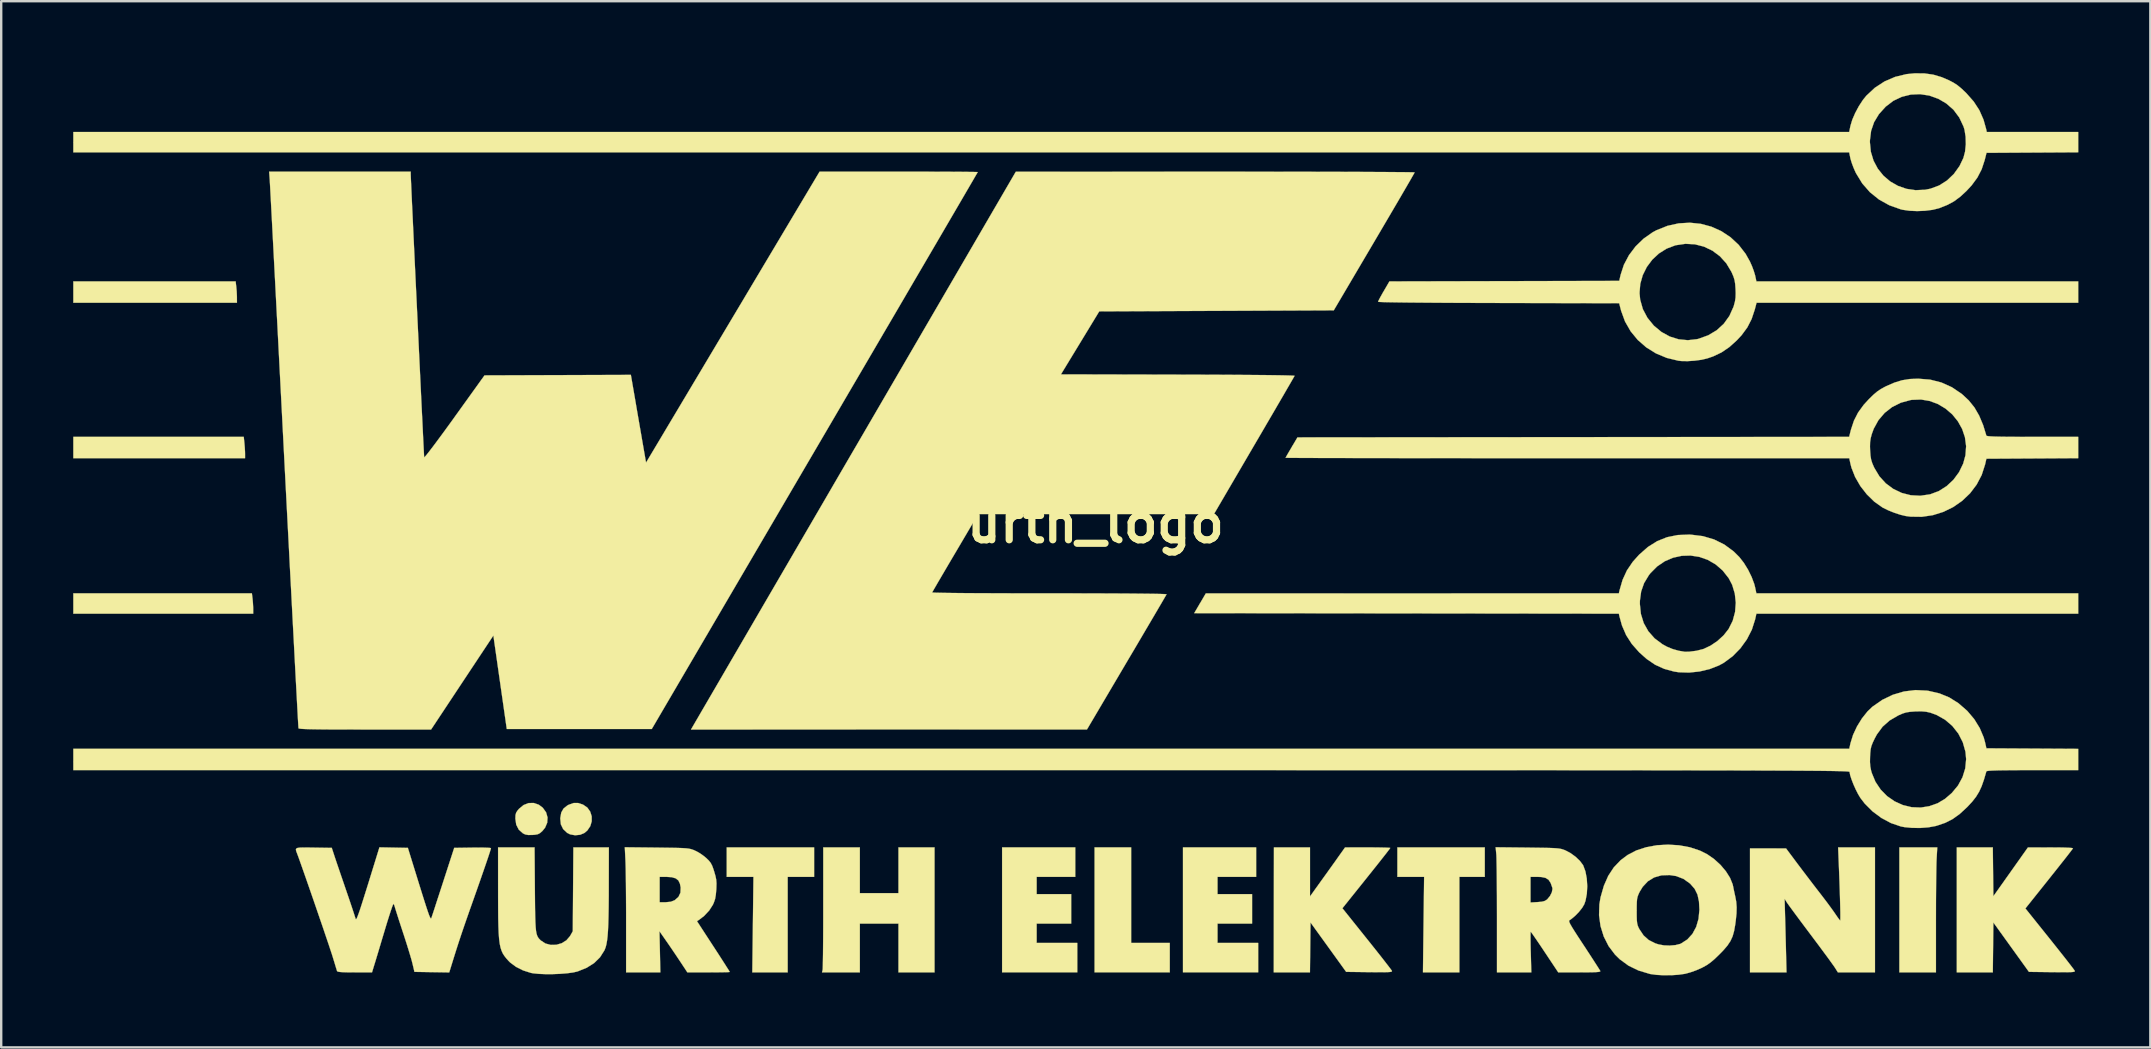
<source format=kicad_pcb>
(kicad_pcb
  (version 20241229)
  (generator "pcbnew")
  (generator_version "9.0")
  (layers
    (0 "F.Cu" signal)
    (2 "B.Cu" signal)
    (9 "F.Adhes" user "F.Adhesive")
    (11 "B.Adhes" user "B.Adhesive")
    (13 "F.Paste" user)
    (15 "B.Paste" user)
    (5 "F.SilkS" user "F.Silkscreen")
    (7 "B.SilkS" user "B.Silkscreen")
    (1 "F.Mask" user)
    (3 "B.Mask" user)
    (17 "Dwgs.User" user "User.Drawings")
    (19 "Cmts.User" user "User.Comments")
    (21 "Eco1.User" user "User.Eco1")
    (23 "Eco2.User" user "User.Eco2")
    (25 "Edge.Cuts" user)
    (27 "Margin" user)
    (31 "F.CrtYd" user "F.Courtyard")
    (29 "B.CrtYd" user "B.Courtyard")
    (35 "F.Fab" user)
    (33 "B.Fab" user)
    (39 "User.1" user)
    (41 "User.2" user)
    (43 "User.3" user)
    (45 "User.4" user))
  (footprint "wurth_logo"
    (layer "F.Cu")
    (at 41.788 18.748)
    (property "Reference" "wurth_logo" (at 0 0 0) (layer "F.SilkS") (effects (font (size 1.524 1.524) (thickness 0.3))))
    (attr through_hole)
    (fp_poly (pts (xy 2.286 17.484) (xy 3.895 17.484) (xy 3.895 18.711) (xy 0.762 18.711) (xy 0.762 13.504) (xy 2.286 13.504) (xy 2.286 17.484)) (stroke (width 0.01) (type solid)) (fill yes) (layer "F.SilkS"))
    (fp_poly (pts (xy -34.995 -9.853) (xy -34.978 -9.668) (xy -34.969 -9.47) (xy -34.968 -9.409) (xy -34.967 -9.186) (xy -41.783 -9.186) (xy -41.783 -10.075) (xy -35.021 -10.075) (xy -34.995 -9.853)) (stroke (width 0.01) (type solid)) (fill yes) (layer "F.SilkS"))
    (fp_poly (pts (xy -34.656 -3.338) (xy -34.641 -3.16) (xy -34.631 -2.984) (xy -34.629 -2.894) (xy -34.629 -2.709) (xy -41.783 -2.709) (xy -41.783 -3.598) (xy -34.683 -3.598) (xy -34.656 -3.338)) (stroke (width 0.01) (type solid)) (fill yes) (layer "F.SilkS"))
    (fp_poly (pts (xy -34.317 3.143) (xy -34.301 3.321) (xy -34.291 3.506) (xy -34.29 3.567) (xy -34.29 3.768) (xy -41.783 3.768) (xy -41.783 2.921) (xy -34.344 2.921) (xy -34.317 3.143)) (stroke (width 0.01) (type solid)) (fill yes) (layer "F.SilkS"))
    (fp_poly (pts (xy -10.922 14.732) (xy -12.023 14.732) (xy -12.023 18.711) (xy -13.497 18.711) (xy -13.473 16.722) (xy -13.449 14.732) (xy -14.563 14.732) (xy -14.563 13.504) (xy -10.922 13.504) (xy -10.922 14.732)) (stroke (width 0.01) (type solid)) (fill yes) (layer "F.SilkS"))
    (fp_poly (pts (xy 17.018 14.732) (xy 15.96 14.732) (xy 15.96 18.711) (xy 14.443 18.711) (xy 14.467 16.722) (xy 14.491 14.732) (xy 13.377 14.732) (xy 13.377 13.504) (xy 17.018 13.504) (xy 17.018 14.732)) (stroke (width 0.01) (type solid)) (fill yes) (layer "F.SilkS"))
    (fp_poly (pts (xy -0.042 14.732) (xy -1.651 14.732) (xy -1.651 15.452) (xy -0.212 15.452) (xy -0.212 16.679) (xy -1.651 16.679) (xy -1.651 17.484) (xy 0.042 17.484) (xy 0.042 18.711) (xy -3.09 18.711) (xy -3.09 13.504) (xy -0.042 13.504) (xy -0.042 14.732)) (stroke (width 0.01) (type solid)) (fill yes) (layer "F.SilkS"))
    (fp_poly (pts (xy 7.493 14.732) (xy 5.884 14.732) (xy 5.884 15.452) (xy 7.324 15.452) (xy 7.324 16.679) (xy 5.884 16.679) (xy 5.884 17.484) (xy 7.578 17.484) (xy 7.578 18.711) (xy 4.445 18.711) (xy 4.445 13.504) (xy 7.493 13.504) (xy 7.493 14.732)) (stroke (width 0.01) (type solid)) (fill yes) (layer "F.SilkS"))
    (fp_poly (pts (xy 35.842 13.981) (xy 35.836 14.119) (xy 35.831 14.332) (xy 35.827 14.608) (xy 35.822 14.937) (xy 35.819 15.308) (xy 35.816 15.712) (xy 35.815 16.136) (xy 35.814 16.571) (xy 35.814 16.584) (xy 35.814 18.711) (xy 34.29 18.711) (xy 34.29 13.504) (xy 35.869 13.504) (xy 35.842 13.981)) (stroke (width 0.01) (type solid)) (fill yes) (layer "F.SilkS"))
    (fp_poly (pts (xy -20.75 11.656) (xy -20.549 11.722) (xy -20.37 11.845) (xy -20.25 12.013) (xy -20.188 12.209) (xy -20.187 12.417) (xy -20.246 12.619) (xy -20.368 12.799) (xy -20.487 12.901) (xy -20.67 12.979) (xy -20.881 12.999) (xy -21.086 12.962) (xy -21.209 12.901) (xy -21.377 12.742) (xy -21.473 12.544) (xy -21.497 12.301) (xy -21.495 12.275) (xy -21.456 12.053) (xy -21.363 11.888) (xy -21.206 11.761) (xy -21.143 11.727) (xy -20.941 11.656) (xy -20.75 11.656)) (stroke (width 0.01) (type solid)) (fill yes) (layer "F.SilkS"))
    (fp_poly (pts (xy -5.905 18.711) (xy -6.657 18.711) (xy -7.408 18.711) (xy -7.408 16.679) (xy -9.017 16.679) (xy -9.017 18.711) (xy -10.593 18.711) (xy -10.568 18.616) (xy -10.563 18.557) (xy -10.559 18.422) (xy -10.555 18.217) (xy -10.551 17.951) (xy -10.548 17.631) (xy -10.545 17.265) (xy -10.543 16.861) (xy -10.542 16.426) (xy -10.542 16.013) (xy -10.541 13.504) (xy -9.017 13.504) (xy -9.017 15.409) (xy -7.408 15.409) (xy -7.408 13.504) (xy -6.657 13.504) (xy -5.905 13.504) (xy -5.905 18.711)) (stroke (width 0.01) (type solid)) (fill yes) (layer "F.SilkS"))
    (fp_poly (pts (xy -22.391 11.727) (xy -22.226 11.852) (xy -22.088 12.044) (xy -22.027 12.257) (xy -22.041 12.476) (xy -22.13 12.685) (xy -22.246 12.826) (xy -22.341 12.909) (xy -22.432 12.956) (xy -22.553 12.978) (xy -22.659 12.986) (xy -22.833 12.988) (xy -22.955 12.966) (xy -23.055 12.918) (xy -23.228 12.763) (xy -23.332 12.558) (xy -23.368 12.306) (xy -23.368 12.304) (xy -23.362 12.156) (xy -23.333 12.053) (xy -23.268 11.956) (xy -23.217 11.898) (xy -23.026 11.74) (xy -22.816 11.658) (xy -22.6 11.654) (xy -22.391 11.727)) (stroke (width 0.01) (type solid)) (fill yes) (layer "F.SilkS"))
    (fp_poly (pts (xy 38.206 15.539) (xy 39.645 13.508) (xy 40.591 13.506) (xy 40.909 13.507) (xy 41.167 13.512) (xy 41.36 13.52) (xy 41.48 13.53) (xy 41.522 13.544) (xy 41.522 13.545) (xy 41.493 13.586) (xy 41.417 13.686) (xy 41.3 13.837) (xy 41.148 14.031) (xy 40.967 14.26) (xy 40.762 14.518) (xy 40.54 14.797) (xy 40.524 14.817) (xy 39.541 16.048) (xy 40.558 17.317) (xy 40.786 17.603) (xy 40.997 17.869) (xy 41.186 18.108) (xy 41.346 18.313) (xy 41.472 18.476) (xy 41.558 18.59) (xy 41.597 18.647) (xy 41.599 18.65) (xy 41.598 18.67) (xy 41.57 18.685) (xy 41.507 18.696) (xy 41.398 18.702) (xy 41.234 18.705) (xy 41.005 18.705) (xy 40.703 18.702) (xy 40.656 18.702) (xy 39.688 18.69) (xy 38.206 16.632) (xy 38.195 17.672) (xy 38.183 18.711) (xy 37.433 18.711) (xy 36.682 18.711) (xy 36.682 13.504) (xy 38.183 13.504) (xy 38.206 15.539)) (stroke (width 0.01) (type solid)) (fill yes) (layer "F.SilkS"))
    (fp_poly (pts (xy 9.737 15.548) (xy 10.204 14.896) (xy 10.375 14.659) (xy 10.55 14.414) (xy 10.715 14.184) (xy 10.856 13.986) (xy 10.934 13.875) (xy 11.197 13.506) (xy 12.139 13.505) (xy 12.411 13.506) (xy 12.653 13.509) (xy 12.851 13.513) (xy 12.995 13.518) (xy 13.071 13.525) (xy 13.081 13.528) (xy 13.055 13.566) (xy 12.983 13.661) (xy 12.868 13.809) (xy 12.718 13.999) (xy 12.538 14.227) (xy 12.334 14.483) (xy 12.112 14.761) (xy 12.084 14.796) (xy 11.087 16.04) (xy 12.107 17.314) (xy 12.335 17.599) (xy 12.547 17.866) (xy 12.736 18.105) (xy 12.896 18.311) (xy 13.023 18.475) (xy 13.109 18.589) (xy 13.149 18.646) (xy 13.151 18.65) (xy 13.15 18.67) (xy 13.122 18.685) (xy 13.059 18.696) (xy 12.95 18.702) (xy 12.785 18.705) (xy 12.557 18.705) (xy 12.255 18.702) (xy 12.209 18.702) (xy 11.243 18.69) (xy 10.501 17.661) (xy 9.758 16.632) (xy 9.735 18.711) (xy 8.227 18.711) (xy 8.23 16.108) (xy 8.234 13.504) (xy 9.737 13.504) (xy 9.737 15.548)) (stroke (width 0.01) (type solid)) (fill yes) (layer "F.SilkS"))
    (fp_poly (pts (xy 33.274 18.711) (xy 32.501 18.711) (xy 31.729 18.711) (xy 31.602 18.51) (xy 31.547 18.429) (xy 31.447 18.29) (xy 31.311 18.102) (xy 31.143 17.875) (xy 30.953 17.618) (xy 30.745 17.34) (xy 30.574 17.112) (xy 30.361 16.828) (xy 30.161 16.56) (xy 29.981 16.318) (xy 29.827 16.109) (xy 29.706 15.944) (xy 29.624 15.829) (xy 29.591 15.78) (xy 29.509 15.645) (xy 29.528 16.342) (xy 29.536 16.626) (xy 29.545 16.962) (xy 29.554 17.32) (xy 29.563 17.667) (xy 29.568 17.875) (xy 29.588 18.711) (xy 28.067 18.711) (xy 28.067 13.547) (xy 28.818 13.547) (xy 29.57 13.548) (xy 30.035 14.171) (xy 30.231 14.431) (xy 30.453 14.723) (xy 30.679 15.02) (xy 30.887 15.29) (xy 30.963 15.388) (xy 31.13 15.605) (xy 31.295 15.823) (xy 31.443 16.024) (xy 31.561 16.189) (xy 31.615 16.267) (xy 31.705 16.399) (xy 31.778 16.499) (xy 31.821 16.549) (xy 31.826 16.552) (xy 31.831 16.511) (xy 31.832 16.394) (xy 31.831 16.208) (xy 31.826 15.961) (xy 31.818 15.663) (xy 31.808 15.32) (xy 31.795 14.94) (xy 31.78 14.532) (xy 31.765 14.15) (xy 31.739 13.504) (xy 33.274 13.504) (xy 33.274 18.711)) (stroke (width 0.01) (type solid)) (fill yes) (layer "F.SilkS"))
    (fp_poly (pts (xy -22.555 15.251) (xy -22.551 15.703) (xy -22.547 16.079) (xy -22.541 16.386) (xy -22.533 16.633) (xy -22.522 16.828) (xy -22.507 16.979) (xy -22.486 17.095) (xy -22.459 17.182) (xy -22.425 17.25) (xy -22.383 17.306) (xy -22.331 17.359) (xy -22.303 17.386) (xy -22.112 17.51) (xy -21.892 17.567) (xy -21.661 17.562) (xy -21.438 17.497) (xy -21.242 17.376) (xy -21.092 17.201) (xy -21.082 17.184) (xy -20.976 16.997) (xy -20.951 13.504) (xy -19.473 13.504) (xy -19.476 14.975) (xy -19.477 15.518) (xy -19.481 15.983) (xy -19.488 16.378) (xy -19.497 16.709) (xy -19.51 16.984) (xy -19.527 17.21) (xy -19.549 17.393) (xy -19.575 17.542) (xy -19.606 17.662) (xy -19.644 17.762) (xy -19.658 17.794) (xy -19.842 18.084) (xy -20.088 18.325) (xy -20.399 18.521) (xy -20.78 18.674) (xy -20.965 18.716) (xy -21.212 18.749) (xy -21.499 18.772) (xy -21.806 18.784) (xy -22.11 18.785) (xy -22.389 18.774) (xy -22.622 18.751) (xy -22.72 18.733) (xy -23.045 18.63) (xy -23.341 18.481) (xy -23.586 18.299) (xy -23.652 18.233) (xy -23.745 18.129) (xy -23.823 18.03) (xy -23.889 17.927) (xy -23.942 17.813) (xy -23.985 17.68) (xy -24.019 17.52) (xy -24.044 17.325) (xy -24.062 17.088) (xy -24.074 16.801) (xy -24.082 16.455) (xy -24.085 16.043) (xy -24.087 15.558) (xy -24.087 15.356) (xy -24.088 13.504) (xy -22.568 13.504) (xy -22.555 15.251)) (stroke (width 0.01) (type solid)) (fill yes) (layer "F.SilkS"))
    (fp_poly (pts (xy -17.48 13.513) (xy -17.108 13.518) (xy -16.811 13.522) (xy -16.577 13.527) (xy -16.397 13.534) (xy -16.259 13.543) (xy -16.155 13.555) (xy -16.072 13.571) (xy -16.001 13.592) (xy -15.931 13.618) (xy -15.902 13.63) (xy -15.732 13.717) (xy -15.55 13.839) (xy -15.425 13.94) (xy -15.309 14.052) (xy -15.229 14.153) (xy -15.168 14.269) (xy -15.11 14.43) (xy -15.086 14.507) (xy -15.031 14.697) (xy -15 14.85) (xy -14.989 15.003) (xy -14.994 15.192) (xy -14.997 15.26) (xy -15.017 15.483) (xy -15.047 15.653) (xy -15.097 15.801) (xy -15.138 15.893) (xy -15.292 16.133) (xy -15.501 16.357) (xy -15.701 16.512) (xy -15.802 16.578) (xy -15.119 17.627) (xy -14.946 17.892) (xy -14.79 18.134) (xy -14.655 18.344) (xy -14.548 18.512) (xy -14.473 18.63) (xy -14.438 18.689) (xy -14.436 18.694) (xy -14.476 18.699) (xy -14.588 18.704) (xy -14.761 18.707) (xy -14.981 18.71) (xy -15.235 18.711) (xy -15.319 18.711) (xy -16.202 18.711) (xy -16.512 18.242) (xy -16.661 18.019) (xy -16.826 17.775) (xy -16.984 17.543) (xy -17.094 17.385) (xy -17.365 16.997) (xy -17.346 17.854) (xy -17.328 18.711) (xy -18.754 18.711) (xy -18.754 16.648) (xy -18.754 16.215) (xy -18.756 15.79) (xy -18.759 15.384) (xy -18.762 15.008) (xy -18.766 14.732) (xy -17.357 14.732) (xy -17.357 15.79) (xy -17.113 15.79) (xy -16.892 15.769) (xy -16.734 15.707) (xy -16.575 15.569) (xy -16.491 15.392) (xy -16.481 15.176) (xy -16.512 15.018) (xy -16.576 14.883) (xy -16.687 14.795) (xy -16.855 14.746) (xy -17.079 14.732) (xy -17.357 14.732) (xy -18.766 14.732) (xy -18.767 14.673) (xy -18.771 14.39) (xy -18.777 14.171) (xy -18.782 14.041) (xy -18.809 13.499) (xy -17.48 13.513)) (stroke (width 0.01) (type solid)) (fill yes) (layer "F.SilkS"))
    (fp_poly (pts (xy 18.8 13.513) (xy 19.172 13.518) (xy 19.469 13.522) (xy 19.703 13.527) (xy 19.883 13.534) (xy 20.021 13.543) (xy 20.126 13.555) (xy 20.208 13.571) (xy 20.279 13.592) (xy 20.349 13.618) (xy 20.376 13.629) (xy 20.589 13.741) (xy 20.798 13.893) (xy 20.979 14.065) (xy 21.108 14.236) (xy 21.122 14.263) (xy 21.212 14.507) (xy 21.267 14.802) (xy 21.287 15.121) (xy 21.27 15.436) (xy 21.216 15.722) (xy 21.165 15.871) (xy 21.077 16.021) (xy 20.942 16.191) (xy 20.783 16.355) (xy 20.626 16.487) (xy 20.555 16.533) (xy 20.536 16.551) (xy 20.532 16.582) (xy 20.547 16.634) (xy 20.586 16.714) (xy 20.654 16.831) (xy 20.754 16.991) (xy 20.89 17.203) (xy 21.068 17.475) (xy 21.145 17.591) (xy 21.317 17.854) (xy 21.474 18.095) (xy 21.61 18.305) (xy 21.719 18.475) (xy 21.795 18.594) (xy 21.831 18.654) (xy 21.833 18.658) (xy 21.822 18.677) (xy 21.768 18.691) (xy 21.663 18.7) (xy 21.497 18.707) (xy 21.264 18.71) (xy 20.966 18.711) (xy 20.079 18.711) (xy 19.516 17.865) (xy 19.358 17.628) (xy 19.215 17.418) (xy 19.095 17.242) (xy 19.003 17.111) (xy 18.946 17.034) (xy 18.931 17.018) (xy 18.926 17.058) (xy 18.924 17.17) (xy 18.924 17.342) (xy 18.927 17.56) (xy 18.932 17.812) (xy 18.934 17.865) (xy 18.957 18.711) (xy 17.526 18.711) (xy 17.526 16.394) (xy 17.525 15.948) (xy 17.524 15.52) (xy 17.521 15.119) (xy 17.518 14.753) (xy 17.518 14.732) (xy 18.923 14.732) (xy 18.923 15.8) (xy 19.217 15.783) (xy 19.39 15.768) (xy 19.505 15.74) (xy 19.591 15.691) (xy 19.625 15.662) (xy 19.735 15.529) (xy 19.811 15.378) (xy 19.839 15.237) (xy 19.832 15.184) (xy 19.762 14.985) (xy 19.673 14.852) (xy 19.548 14.774) (xy 19.371 14.738) (xy 19.2 14.732) (xy 18.923 14.732) (xy 17.518 14.732) (xy 17.515 14.432) (xy 17.51 14.164) (xy 17.506 13.958) (xy 17.501 13.824) (xy 17.498 13.787) (xy 17.471 13.499) (xy 18.8 13.513)) (stroke (width 0.01) (type solid)) (fill yes) (layer "F.SilkS"))
    (fp_poly (pts (xy 25.606 0.476) (xy 26.106 0.538) (xy 26.572 0.676) (xy 27 0.889) (xy 27.388 1.176) (xy 27.623 1.409) (xy 27.81 1.649) (xy 27.986 1.934) (xy 28.135 2.238) (xy 28.244 2.529) (xy 28.277 2.656) (xy 28.333 2.921) (xy 41.741 2.921) (xy 41.741 3.768) (xy 28.334 3.768) (xy 28.28 4.011) (xy 28.145 4.434) (xy 27.937 4.839) (xy 27.666 5.213) (xy 27.344 5.541) (xy 26.981 5.81) (xy 26.777 5.923) (xy 26.39 6.075) (xy 25.965 6.176) (xy 25.528 6.222) (xy 25.105 6.209) (xy 24.906 6.179) (xy 24.491 6.066) (xy 24.115 5.895) (xy 23.763 5.656) (xy 23.451 5.377) (xy 23.142 5.027) (xy 22.907 4.661) (xy 22.734 4.261) (xy 22.63 3.884) (xy 22.604 3.768) (xy 13.759 3.757) (xy 4.913 3.747) (xy 5.137 3.365) (xy 23.479 3.365) (xy 23.522 3.78) (xy 23.64 4.16) (xy 23.832 4.501) (xy 24.093 4.796) (xy 24.42 5.041) (xy 24.618 5.149) (xy 24.852 5.244) (xy 25.1 5.313) (xy 25.334 5.352) (xy 25.524 5.353) (xy 25.527 5.353) (xy 25.633 5.339) (xy 25.777 5.321) (xy 25.845 5.312) (xy 26.132 5.238) (xy 26.429 5.097) (xy 26.714 4.903) (xy 26.97 4.668) (xy 27.177 4.405) (xy 27.178 4.402) (xy 27.347 4.064) (xy 27.446 3.695) (xy 27.475 3.311) (xy 27.434 2.929) (xy 27.324 2.565) (xy 27.181 2.291) (xy 26.929 1.97) (xy 26.635 1.715) (xy 26.307 1.525) (xy 25.956 1.402) (xy 25.591 1.346) (xy 25.224 1.357) (xy 24.863 1.436) (xy 24.519 1.583) (xy 24.201 1.798) (xy 23.919 2.081) (xy 23.852 2.168) (xy 23.655 2.494) (xy 23.533 2.842) (xy 23.481 3.226) (xy 23.479 3.365) (xy 5.137 3.365) (xy 5.155 3.335) (xy 5.397 2.923) (xy 14.001 2.922) (xy 22.604 2.921) (xy 22.63 2.805) (xy 22.759 2.359) (xy 22.94 1.965) (xy 23.186 1.603) (xy 23.451 1.308) (xy 23.817 0.987) (xy 24.201 0.746) (xy 24.611 0.582) (xy 25.055 0.492) (xy 25.541 0.473) (xy 25.606 0.476)) (stroke (width 0.01) (type solid)) (fill yes) (layer "F.SilkS"))
    (fp_poly (pts (xy 35.335 -18.74) (xy 35.702 -18.688) (xy 36.056 -18.583) (xy 36.355 -18.454) (xy 36.542 -18.356) (xy 36.702 -18.253) (xy 36.861 -18.124) (xy 37.043 -17.953) (xy 37.083 -17.913) (xy 37.389 -17.566) (xy 37.623 -17.206) (xy 37.796 -16.812) (xy 37.907 -16.415) (xy 37.932 -16.298) (xy 41.741 -16.298) (xy 41.741 -15.453) (xy 39.831 -15.442) (xy 37.921 -15.431) (xy 37.843 -15.122) (xy 37.718 -14.743) (xy 37.54 -14.4) (xy 37.299 -14.073) (xy 37.085 -13.842) (xy 36.822 -13.599) (xy 36.568 -13.412) (xy 36.294 -13.263) (xy 35.971 -13.134) (xy 35.941 -13.123) (xy 35.68 -13.058) (xy 35.368 -13.018) (xy 35.034 -13.004) (xy 34.708 -13.018) (xy 34.419 -13.06) (xy 34.346 -13.078) (xy 33.869 -13.248) (xy 33.44 -13.487) (xy 33.065 -13.789) (xy 32.746 -14.153) (xy 32.487 -14.576) (xy 32.463 -14.623) (xy 32.38 -14.813) (xy 32.306 -15.011) (xy 32.255 -15.179) (xy 32.249 -15.206) (xy 32.199 -15.452) (xy -41.783 -15.452) (xy -41.783 -15.875) (xy 33.062 -15.875) (xy 33.102 -15.475) (xy 33.214 -15.105) (xy 33.391 -14.772) (xy 33.625 -14.481) (xy 33.907 -14.24) (xy 34.23 -14.055) (xy 34.586 -13.931) (xy 34.966 -13.875) (xy 35.362 -13.893) (xy 35.58 -13.936) (xy 35.944 -14.07) (xy 36.273 -14.278) (xy 36.56 -14.551) (xy 36.797 -14.882) (xy 36.958 -15.219) (xy 37.027 -15.481) (xy 37.058 -15.786) (xy 37.05 -16.101) (xy 37.004 -16.392) (xy 36.965 -16.521) (xy 36.786 -16.902) (xy 36.546 -17.224) (xy 36.243 -17.489) (xy 35.92 -17.679) (xy 35.541 -17.816) (xy 35.153 -17.875) (xy 34.766 -17.858) (xy 34.391 -17.765) (xy 34.042 -17.6) (xy 33.729 -17.362) (xy 33.72 -17.355) (xy 33.438 -17.042) (xy 33.237 -16.709) (xy 33.113 -16.349) (xy 33.064 -15.956) (xy 33.062 -15.875) (xy -41.783 -15.875) (xy -41.783 -16.298) (xy 32.199 -16.298) (xy 32.251 -16.551) (xy 32.326 -16.804) (xy 32.448 -17.087) (xy 32.602 -17.375) (xy 32.774 -17.638) (xy 32.913 -17.81) (xy 33.269 -18.142) (xy 33.672 -18.405) (xy 34.113 -18.595) (xy 34.586 -18.71) (xy 34.925 -18.743) (xy 35.335 -18.74)) (stroke (width 0.01) (type solid)) (fill yes) (layer "F.SilkS"))
    (fp_poly (pts (xy 25.118 13.418) (xy 25.567 13.501) (xy 25.985 13.64) (xy 26.283 13.789) (xy 26.574 13.992) (xy 26.838 14.233) (xy 27.062 14.498) (xy 27.235 14.772) (xy 27.344 15.04) (xy 27.368 15.147) (xy 27.391 15.265) (xy 27.425 15.424) (xy 27.453 15.549) (xy 27.494 15.769) (xy 27.511 15.997) (xy 27.505 16.253) (xy 27.474 16.559) (xy 27.454 16.71) (xy 27.406 16.984) (xy 27.343 17.209) (xy 27.253 17.406) (xy 27.125 17.598) (xy 26.948 17.803) (xy 26.78 17.974) (xy 26.587 18.16) (xy 26.425 18.297) (xy 26.271 18.405) (xy 26.101 18.5) (xy 26.034 18.534) (xy 25.817 18.628) (xy 25.581 18.711) (xy 25.37 18.769) (xy 25.349 18.773) (xy 25.087 18.81) (xy 24.783 18.83) (xy 24.467 18.831) (xy 24.169 18.815) (xy 23.921 18.781) (xy 23.897 18.776) (xy 23.423 18.634) (xy 23.006 18.432) (xy 22.642 18.166) (xy 22.445 17.972) (xy 22.176 17.616) (xy 21.974 17.216) (xy 21.84 16.784) (xy 21.779 16.332) (xy 21.784 16.15) (xy 23.347 16.15) (xy 23.348 16.38) (xy 23.353 16.545) (xy 23.366 16.663) (xy 23.388 16.756) (xy 23.423 16.842) (xy 23.459 16.912) (xy 23.633 17.171) (xy 23.847 17.363) (xy 24.117 17.5) (xy 24.258 17.545) (xy 24.48 17.586) (xy 24.725 17.595) (xy 24.961 17.575) (xy 25.155 17.526) (xy 25.191 17.511) (xy 25.457 17.34) (xy 25.669 17.107) (xy 25.825 16.819) (xy 25.923 16.482) (xy 25.96 16.103) (xy 25.942 15.761) (xy 25.88 15.471) (xy 25.762 15.231) (xy 25.578 15.02) (xy 25.567 15.01) (xy 25.297 14.817) (xy 24.992 14.699) (xy 24.72 14.657) (xy 24.379 14.669) (xy 24.075 14.756) (xy 23.814 14.916) (xy 23.597 15.148) (xy 23.472 15.352) (xy 23.421 15.459) (xy 23.386 15.551) (xy 23.364 15.649) (xy 23.353 15.773) (xy 23.348 15.943) (xy 23.347 16.15) (xy 21.784 16.15) (xy 21.793 15.873) (xy 21.842 15.583) (xy 21.98 15.102) (xy 22.162 14.689) (xy 22.394 14.336) (xy 22.679 14.038) (xy 22.966 13.822) (xy 23.33 13.632) (xy 23.744 13.497) (xy 24.19 13.415) (xy 24.654 13.389) (xy 25.118 13.418)) (stroke (width 0.01) (type solid)) (fill yes) (layer "F.SilkS"))
    (fp_poly (pts (xy 26.019 -12.473) (xy 26.458 -12.355) (xy 26.873 -12.168) (xy 27.254 -11.916) (xy 27.593 -11.601) (xy 27.883 -11.226) (xy 28.066 -10.901) (xy 28.15 -10.711) (xy 28.224 -10.513) (xy 28.275 -10.346) (xy 28.282 -10.319) (xy 28.334 -10.075) (xy 41.741 -10.075) (xy 41.741 -9.186) (xy 28.341 -9.186) (xy 28.266 -8.901) (xy 28.135 -8.507) (xy 27.957 -8.159) (xy 27.718 -7.834) (xy 27.518 -7.619) (xy 27.202 -7.335) (xy 26.882 -7.117) (xy 26.533 -6.951) (xy 26.289 -6.867) (xy 26.047 -6.81) (xy 25.763 -6.772) (xy 25.472 -6.753) (xy 25.208 -6.757) (xy 25.082 -6.771) (xy 24.598 -6.888) (xy 24.15 -7.075) (xy 23.746 -7.326) (xy 23.392 -7.635) (xy 23.095 -7.996) (xy 22.861 -8.404) (xy 22.698 -8.851) (xy 22.692 -8.874) (xy 22.617 -9.165) (xy 17.595 -9.176) (xy 16.826 -9.178) (xy 16.111 -9.18) (xy 15.453 -9.183) (xy 14.856 -9.187) (xy 14.321 -9.191) (xy 13.852 -9.195) (xy 13.452 -9.2) (xy 13.123 -9.205) (xy 12.868 -9.21) (xy 12.69 -9.216) (xy 12.592 -9.222) (xy 12.573 -9.226) (xy 12.593 -9.277) (xy 12.648 -9.384) (xy 12.729 -9.53) (xy 12.766 -9.595) (xy 23.465 -9.595) (xy 23.492 -9.314) (xy 23.604 -8.919) (xy 23.794 -8.559) (xy 24.06 -8.233) (xy 24.065 -8.229) (xy 24.38 -7.967) (xy 24.727 -7.777) (xy 25.097 -7.662) (xy 25.479 -7.625) (xy 25.864 -7.669) (xy 25.927 -7.685) (xy 26.328 -7.83) (xy 26.679 -8.039) (xy 26.974 -8.309) (xy 27.208 -8.635) (xy 27.377 -9.01) (xy 27.396 -9.069) (xy 27.442 -9.244) (xy 27.466 -9.404) (xy 27.471 -9.587) (xy 27.465 -9.76) (xy 27.45 -9.969) (xy 27.424 -10.129) (xy 27.379 -10.275) (xy 27.307 -10.443) (xy 27.291 -10.477) (xy 27.08 -10.829) (xy 26.813 -11.123) (xy 26.5 -11.356) (xy 26.15 -11.523) (xy 25.773 -11.62) (xy 25.379 -11.641) (xy 24.978 -11.582) (xy 24.956 -11.577) (xy 24.596 -11.441) (xy 24.274 -11.239) (xy 23.995 -10.98) (xy 23.768 -10.675) (xy 23.599 -10.335) (xy 23.496 -9.971) (xy 23.465 -9.595) (xy 12.766 -9.595) (xy 12.81 -9.671) (xy 13.046 -10.075) (xy 17.833 -10.086) (xy 22.62 -10.097) (xy 22.678 -10.351) (xy 22.814 -10.769) (xy 23.025 -11.167) (xy 23.301 -11.533) (xy 23.631 -11.853) (xy 24.006 -12.117) (xy 24.173 -12.208) (xy 24.631 -12.39) (xy 25.097 -12.493) (xy 25.562 -12.52) (xy 26.019 -12.473)) (stroke (width 0.01) (type solid)) (fill yes) (layer "F.SilkS"))
    (fp_poly (pts (xy 7.43 -14.645) (xy 8.213 -14.645) (xy 8.964 -14.644) (xy 9.68 -14.643) (xy 10.358 -14.641) (xy 10.992 -14.64) (xy 11.579 -14.638) (xy 12.115 -14.636) (xy 12.595 -14.633) (xy 13.017 -14.631) (xy 13.375 -14.628) (xy 13.666 -14.626) (xy 13.885 -14.623) (xy 14.029 -14.62) (xy 14.093 -14.616) (xy 14.096 -14.616) (xy 14.075 -14.575) (xy 14.014 -14.467) (xy 13.917 -14.297) (xy 13.786 -14.072) (xy 13.625 -13.795) (xy 13.438 -13.474) (xy 13.227 -13.114) (xy 12.995 -12.719) (xy 12.747 -12.297) (xy 12.485 -11.852) (xy 12.411 -11.726) (xy 10.727 -8.869) (xy 0.957 -8.826) (xy 0.159 -7.514) (xy -0.639 -6.202) (xy 4.235 -6.191) (xy 4.981 -6.189) (xy 5.675 -6.187) (xy 6.314 -6.184) (xy 6.895 -6.18) (xy 7.415 -6.176) (xy 7.871 -6.172) (xy 8.26 -6.167) (xy 8.579 -6.162) (xy 8.824 -6.156) (xy 8.992 -6.151) (xy 9.081 -6.145) (xy 9.095 -6.141) (xy 9.071 -6.099) (xy 9.009 -5.99) (xy 8.91 -5.819) (xy 8.778 -5.591) (xy 8.617 -5.313) (xy 8.429 -4.991) (xy 8.218 -4.628) (xy 7.987 -4.233) (xy 7.74 -3.809) (xy 7.479 -3.363) (xy 7.408 -3.242) (xy 5.736 -0.382) (xy -4.088 -0.381) (xy -5.039 1.232) (xy -5.238 1.568) (xy -5.423 1.883) (xy -5.59 2.168) (xy -5.735 2.415) (xy -5.853 2.618) (xy -5.94 2.769) (xy -5.992 2.859) (xy -6.004 2.883) (xy -5.965 2.888) (xy -5.844 2.894) (xy -5.647 2.898) (xy -5.376 2.903) (xy -5.037 2.907) (xy -4.631 2.911) (xy -4.165 2.914) (xy -3.64 2.916) (xy -3.062 2.918) (xy -2.433 2.92) (xy -1.758 2.921) (xy -1.122 2.921) (xy -0.356 2.921) (xy 0.354 2.922) (xy 1.005 2.924) (xy 1.593 2.926) (xy 2.117 2.929) (xy 2.573 2.933) (xy 2.96 2.937) (xy 3.273 2.941) (xy 3.512 2.946) (xy 3.672 2.952) (xy 3.752 2.958) (xy 3.761 2.961) (xy 3.737 3.003) (xy 3.674 3.112) (xy 3.575 3.283) (xy 3.442 3.509) (xy 3.28 3.786) (xy 3.091 4.107) (xy 2.879 4.467) (xy 2.648 4.86) (xy 2.4 5.281) (xy 2.138 5.723) (xy 2.095 5.796) (xy 0.445 8.592) (xy -7.803 8.593) (xy -16.051 8.594) (xy -15.931 8.387) (xy -15.901 8.335) (xy -15.829 8.212) (xy -15.718 8.021) (xy -15.57 7.766) (xy -15.385 7.449) (xy -15.166 7.073) (xy -14.914 6.641) (xy -14.632 6.156) (xy -14.32 5.62) (xy -13.98 5.036) (xy -13.614 4.408) (xy -13.224 3.738) (xy -12.811 3.029) (xy -12.377 2.284) (xy -11.923 1.505) (xy -11.452 0.695) (xy -10.964 -0.142) (xy -10.462 -1.004) (xy -9.948 -1.888) (xy -9.422 -2.791) (xy -9.165 -3.231) (xy -2.519 -14.644) (xy 5.789 -14.646) (xy 6.621 -14.646) (xy 7.43 -14.645)) (stroke (width 0.01) (type solid)) (fill yes) (layer "F.SilkS"))
    (fp_poly (pts (xy 35.573 -5.982) (xy 36.041 -5.863) (xy 36.478 -5.666) (xy 36.886 -5.39) (xy 36.896 -5.382) (xy 37.179 -5.119) (xy 37.417 -4.824) (xy 37.614 -4.484) (xy 37.781 -4.086) (xy 37.914 -3.651) (xy 37.935 -3.638) (xy 37.994 -3.627) (xy 38.098 -3.618) (xy 38.252 -3.611) (xy 38.463 -3.606) (xy 38.736 -3.602) (xy 39.077 -3.6) (xy 39.493 -3.599) (xy 39.834 -3.598) (xy 41.741 -3.598) (xy 41.741 -2.71) (xy 37.916 -2.688) (xy 37.861 -2.447) (xy 37.72 -2.009) (xy 37.508 -1.607) (xy 37.235 -1.247) (xy 36.907 -0.934) (xy 36.535 -0.675) (xy 36.125 -0.474) (xy 35.686 -0.336) (xy 35.227 -0.268) (xy 34.756 -0.274) (xy 34.558 -0.3) (xy 34.334 -0.353) (xy 34.075 -0.438) (xy 33.819 -0.541) (xy 33.601 -0.649) (xy 33.583 -0.659) (xy 33.245 -0.899) (xy 32.935 -1.202) (xy 32.664 -1.55) (xy 32.447 -1.926) (xy 32.295 -2.312) (xy 32.255 -2.466) (xy 32.202 -2.709) (xy 20.461 -2.709) (xy 19.47 -2.709) (xy 18.501 -2.71) (xy 17.558 -2.71) (xy 16.644 -2.71) (xy 15.762 -2.711) (xy 14.916 -2.711) (xy 14.109 -2.712) (xy 13.345 -2.713) (xy 12.626 -2.714) (xy 11.958 -2.715) (xy 11.342 -2.716) (xy 10.782 -2.717) (xy 10.282 -2.718) (xy 9.845 -2.719) (xy 9.475 -2.72) (xy 9.174 -2.722) (xy 8.947 -2.723) (xy 8.796 -2.725) (xy 8.726 -2.726) (xy 8.721 -2.727) (xy 8.741 -2.768) (xy 8.796 -2.866) (xy 8.878 -3.007) (xy 8.968 -3.16) (xy 8.99 -3.198) (xy 33.066 -3.198) (xy 33.072 -3.025) (xy 33.087 -2.816) (xy 33.113 -2.656) (xy 33.158 -2.509) (xy 33.23 -2.342) (xy 33.246 -2.308) (xy 33.457 -1.956) (xy 33.724 -1.662) (xy 34.038 -1.429) (xy 34.389 -1.262) (xy 34.766 -1.166) (xy 35.161 -1.145) (xy 35.563 -1.203) (xy 35.583 -1.208) (xy 35.938 -1.342) (xy 36.261 -1.548) (xy 36.544 -1.813) (xy 36.776 -2.128) (xy 36.948 -2.482) (xy 37.044 -2.832) (xy 37.071 -3.212) (xy 37.022 -3.581) (xy 36.905 -3.929) (xy 36.726 -4.249) (xy 36.494 -4.534) (xy 36.216 -4.774) (xy 35.902 -4.963) (xy 35.558 -5.092) (xy 35.192 -5.154) (xy 34.812 -5.14) (xy 34.758 -5.132) (xy 34.353 -5.022) (xy 33.991 -4.842) (xy 33.677 -4.597) (xy 33.418 -4.293) (xy 33.222 -3.937) (xy 33.141 -3.715) (xy 33.095 -3.541) (xy 33.071 -3.38) (xy 33.066 -3.198) (xy 8.99 -3.198) (xy 9.215 -3.577) (xy 32.197 -3.598) (xy 32.274 -3.9) (xy 32.398 -4.274) (xy 32.57 -4.611) (xy 32.803 -4.932) (xy 33.02 -5.169) (xy 33.206 -5.351) (xy 33.364 -5.485) (xy 33.52 -5.591) (xy 33.698 -5.688) (xy 33.74 -5.709) (xy 34.084 -5.859) (xy 34.401 -5.956) (xy 34.724 -6.008) (xy 35.073 -6.022) (xy 35.573 -5.982)) (stroke (width 0.01) (type solid)) (fill yes) (layer "F.SilkS"))
    (fp_poly (pts (xy -27.846 13.525) (xy -27.376 15.043) (xy -27.254 15.434) (xy -27.154 15.751) (xy -27.074 16) (xy -27.011 16.189) (xy -26.963 16.323) (xy -26.927 16.409) (xy -26.901 16.455) (xy -26.882 16.466) (xy -26.868 16.45) (xy -26.864 16.44) (xy -26.842 16.372) (xy -26.796 16.234) (xy -26.731 16.036) (xy -26.651 15.787) (xy -26.557 15.5) (xy -26.454 15.183) (xy -26.369 14.922) (xy -25.916 13.525) (xy -25.15 13.514) (xy -24.906 13.512) (xy -24.694 13.514) (xy -24.527 13.519) (xy -24.42 13.527) (xy -24.384 13.537) (xy -24.398 13.594) (xy -24.439 13.724) (xy -24.505 13.924) (xy -24.594 14.186) (xy -24.704 14.505) (xy -24.833 14.876) (xy -24.979 15.293) (xy -25.125 15.706) (xy -25.283 16.152) (xy -25.417 16.535) (xy -25.532 16.869) (xy -25.634 17.17) (xy -25.728 17.454) (xy -25.819 17.736) (xy -25.912 18.032) (xy -25.949 18.151) (xy -26.123 18.713) (xy -26.847 18.702) (xy -27.572 18.69) (xy -27.652 18.352) (xy -27.688 18.211) (xy -27.747 18.008) (xy -27.823 17.758) (xy -27.91 17.479) (xy -28.004 17.187) (xy -28.046 17.06) (xy -28.136 16.785) (xy -28.219 16.531) (xy -28.289 16.311) (xy -28.344 16.137) (xy -28.379 16.024) (xy -28.388 15.991) (xy -28.417 15.9) (xy -28.446 15.855) (xy -28.465 15.889) (xy -28.505 15.994) (xy -28.562 16.16) (xy -28.632 16.377) (xy -28.713 16.634) (xy -28.8 16.921) (xy -28.807 16.946) (xy -28.901 17.258) (xy -28.992 17.562) (xy -29.076 17.843) (xy -29.149 18.085) (xy -29.206 18.274) (xy -29.24 18.383) (xy -29.34 18.711) (xy -30.06 18.711) (xy -30.342 18.71) (xy -30.548 18.704) (xy -30.686 18.694) (xy -30.766 18.679) (xy -30.796 18.658) (xy -30.796 18.658) (xy -30.814 18.6) (xy -30.852 18.477) (xy -30.903 18.307) (xy -30.965 18.105) (xy -30.98 18.055) (xy -31.021 17.927) (xy -31.086 17.73) (xy -31.171 17.475) (xy -31.274 17.172) (xy -31.389 16.831) (xy -31.515 16.465) (xy -31.646 16.083) (xy -31.779 15.696) (xy -31.911 15.315) (xy -32.038 14.95) (xy -32.156 14.612) (xy -32.262 14.311) (xy -32.351 14.059) (xy -32.42 13.867) (xy -32.466 13.745) (xy -32.498 13.66) (xy -32.512 13.598) (xy -32.498 13.555) (xy -32.446 13.528) (xy -32.346 13.514) (xy -32.189 13.509) (xy -31.963 13.511) (xy -31.764 13.514) (xy -31.016 13.525) (xy -30.912 13.843) (xy -30.87 13.97) (xy -30.805 14.163) (xy -30.722 14.406) (xy -30.627 14.685) (xy -30.524 14.985) (xy -30.437 15.24) (xy -30.336 15.534) (xy -30.243 15.808) (xy -30.162 16.05) (xy -30.097 16.248) (xy -30.051 16.39) (xy -30.029 16.462) (xy -30.021 16.488) (xy -30.009 16.498) (xy -29.994 16.488) (xy -29.972 16.451) (xy -29.943 16.383) (xy -29.904 16.279) (xy -29.853 16.134) (xy -29.79 15.941) (xy -29.712 15.697) (xy -29.617 15.395) (xy -29.503 15.031) (xy -29.37 14.6) (xy -29.214 14.095) (xy -29.113 13.768) (xy -29.031 13.502) (xy -27.846 13.525)) (stroke (width 0.01) (type solid)) (fill yes) (layer "F.SilkS"))
    (fp_poly (pts (xy -27.728 -14.552) (xy -27.726 -14.494) (xy -27.721 -14.358) (xy -27.711 -14.15) (xy -27.699 -13.875) (xy -27.684 -13.54) (xy -27.666 -13.151) (xy -27.645 -12.713) (xy -27.623 -12.233) (xy -27.599 -11.716) (xy -27.573 -11.168) (xy -27.546 -10.595) (xy -27.518 -10.003) (xy -27.489 -9.398) (xy -27.46 -8.786) (xy -27.431 -8.173) (xy -27.402 -7.564) (xy -27.374 -6.965) (xy -27.346 -6.383) (xy -27.319 -5.823) (xy -27.294 -5.292) (xy -27.27 -4.794) (xy -27.247 -4.337) (xy -27.227 -3.925) (xy -27.21 -3.565) (xy -27.195 -3.263) (xy -27.183 -3.025) (xy -27.174 -2.856) (xy -27.169 -2.762) (xy -27.168 -2.745) (xy -27.142 -2.764) (xy -27.071 -2.846) (xy -26.96 -2.986) (xy -26.814 -3.177) (xy -26.636 -3.415) (xy -26.431 -3.692) (xy -26.203 -4.004) (xy -25.957 -4.344) (xy -25.905 -4.417) (xy -24.653 -6.16) (xy -18.556 -6.181) (xy -18.415 -5.366) (xy -18.364 -5.07) (xy -18.304 -4.717) (xy -18.238 -4.336) (xy -18.172 -3.955) (xy -18.11 -3.6) (xy -18.1 -3.539) (xy -17.924 -2.526) (xy -17.332 -3.517) (xy -17.238 -3.675) (xy -17.104 -3.9) (xy -16.933 -4.187) (xy -16.728 -4.53) (xy -16.492 -4.926) (xy -16.228 -5.368) (xy -15.94 -5.851) (xy -15.63 -6.37) (xy -15.303 -6.919) (xy -14.96 -7.494) (xy -14.605 -8.089) (xy -14.242 -8.698) (xy -13.872 -9.317) (xy -13.717 -9.578) (xy -10.694 -14.647) (xy -7.4 -14.647) (xy -6.88 -14.647) (xy -6.386 -14.646) (xy -5.923 -14.645) (xy -5.498 -14.644) (xy -5.118 -14.642) (xy -4.788 -14.64) (xy -4.516 -14.637) (xy -4.308 -14.635) (xy -4.17 -14.632) (xy -4.109 -14.629) (xy -4.106 -14.628) (xy -4.127 -14.591) (xy -4.19 -14.483) (xy -4.292 -14.307) (xy -4.432 -14.067) (xy -4.608 -13.765) (xy -4.819 -13.403) (xy -5.063 -12.985) (xy -5.339 -12.513) (xy -5.644 -11.99) (xy -5.978 -11.419) (xy -6.339 -10.802) (xy -6.725 -10.143) (xy -7.134 -9.443) (xy -7.565 -8.706) (xy -8.017 -7.935) (xy -8.487 -7.131) (xy -8.974 -6.299) (xy -9.477 -5.441) (xy -9.993 -4.559) (xy -10.522 -3.656) (xy -10.896 -3.018) (xy -17.685 8.572) (xy -23.726 8.572) (xy -24.005 6.625) (xy -24.284 4.678) (xy -25.582 6.636) (xy -26.879 8.594) (xy -29.633 8.594) (xy -30.207 8.593) (xy -30.701 8.592) (xy -31.12 8.591) (xy -31.47 8.588) (xy -31.756 8.584) (xy -31.982 8.579) (xy -32.154 8.573) (xy -32.277 8.566) (xy -32.356 8.557) (xy -32.396 8.547) (xy -32.403 8.541) (xy -32.406 8.494) (xy -32.414 8.367) (xy -32.426 8.162) (xy -32.441 7.883) (xy -32.46 7.534) (xy -32.482 7.117) (xy -32.508 6.637) (xy -32.537 6.096) (xy -32.568 5.5) (xy -32.602 4.85) (xy -32.639 4.15) (xy -32.678 3.404) (xy -32.719 2.616) (xy -32.763 1.789) (xy -32.807 0.926) (xy -32.854 0.031) (xy -32.902 -0.893) (xy -32.951 -1.842) (xy -32.997 -2.731) (xy -33.047 -3.703) (xy -33.096 -4.656) (xy -33.144 -5.585) (xy -33.191 -6.487) (xy -33.236 -7.359) (xy -33.279 -8.196) (xy -33.321 -8.995) (xy -33.36 -9.752) (xy -33.397 -10.464) (xy -33.432 -11.128) (xy -33.464 -11.738) (xy -33.493 -12.293) (xy -33.519 -12.788) (xy -33.542 -13.22) (xy -33.561 -13.585) (xy -33.577 -13.879) (xy -33.589 -14.099) (xy -33.597 -14.241) (xy -33.6 -14.298) (xy -33.625 -14.647) (xy -27.728 -14.647) (xy -27.728 -14.552)) (stroke (width 0.01) (type solid)) (fill yes) (layer "F.SilkS"))
    (fp_poly (pts (xy 35.438 6.974) (xy 35.505 6.984) (xy 35.962 7.09) (xy 36.372 7.259) (xy 36.75 7.497) (xy 37.111 7.811) (xy 37.127 7.828) (xy 37.409 8.161) (xy 37.639 8.534) (xy 37.804 8.924) (xy 37.859 9.123) (xy 37.916 9.377) (xy 39.828 9.388) (xy 41.741 9.399) (xy 41.741 10.287) (xy 39.834 10.287) (xy 39.362 10.287) (xy 38.969 10.289) (xy 38.648 10.292) (xy 38.394 10.296) (xy 38.201 10.302) (xy 38.062 10.309) (xy 37.972 10.319) (xy 37.925 10.33) (xy 37.914 10.34) (xy 37.814 10.682) (xy 37.717 10.959) (xy 37.61 11.19) (xy 37.484 11.396) (xy 37.329 11.594) (xy 37.134 11.805) (xy 37.105 11.834) (xy 36.804 12.112) (xy 36.51 12.323) (xy 36.201 12.481) (xy 35.855 12.599) (xy 35.788 12.617) (xy 35.5 12.669) (xy 35.168 12.694) (xy 34.828 12.692) (xy 34.513 12.662) (xy 34.353 12.632) (xy 33.941 12.492) (xy 33.542 12.279) (xy 33.172 12.004) (xy 32.846 11.678) (xy 32.663 11.439) (xy 32.569 11.282) (xy 32.471 11.089) (xy 32.377 10.879) (xy 32.298 10.675) (xy 32.241 10.499) (xy 32.217 10.372) (xy 32.216 10.361) (xy 32.214 10.357) (xy 32.205 10.353) (xy 32.188 10.349) (xy 32.162 10.345) (xy 32.125 10.341) (xy 32.075 10.338) (xy 32.011 10.335) (xy 31.93 10.331) (xy 31.832 10.328) (xy 31.715 10.326) (xy 31.576 10.323) (xy 31.415 10.32) (xy 31.23 10.318) (xy 31.018 10.315) (xy 30.779 10.313) (xy 30.511 10.311) (xy 30.212 10.309) (xy 29.881 10.307) (xy 29.515 10.305) (xy 29.113 10.304) (xy 28.674 10.302) (xy 28.196 10.301) (xy 27.677 10.299) (xy 27.116 10.298) (xy 26.51 10.297) (xy 25.859 10.296) (xy 25.161 10.295) (xy 24.413 10.294) (xy 23.615 10.293) (xy 22.765 10.292) (xy 21.861 10.291) (xy 20.901 10.291) (xy 19.884 10.29) (xy 18.808 10.29) (xy 17.671 10.289) (xy 16.473 10.289) (xy 15.21 10.288) (xy 13.882 10.288) (xy 12.487 10.288) (xy 11.023 10.288) (xy 9.489 10.288) (xy 7.883 10.287) (xy 6.203 10.287) (xy 4.448 10.287) (xy 2.616 10.287) (xy 0.705 10.287) (xy -1.286 10.287) (xy -3.36 10.287) (xy -4.784 10.287) (xy -41.783 10.287) (xy -41.783 9.946) (xy 33.065 9.946) (xy 33.078 10.127) (xy 33.111 10.296) (xy 33.142 10.406) (xy 33.294 10.772) (xy 33.51 11.095) (xy 33.778 11.368) (xy 34.09 11.585) (xy 34.434 11.741) (xy 34.801 11.83) (xy 35.181 11.845) (xy 35.537 11.788) (xy 35.88 11.667) (xy 36.189 11.484) (xy 36.473 11.24) (xy 36.731 10.93) (xy 36.92 10.583) (xy 37.035 10.212) (xy 37.072 9.828) (xy 37.044 9.52) (xy 36.932 9.125) (xy 36.748 8.765) (xy 36.5 8.45) (xy 36.197 8.188) (xy 35.845 7.989) (xy 35.584 7.893) (xy 35.404 7.853) (xy 35.208 7.836) (xy 34.964 7.84) (xy 34.941 7.841) (xy 34.73 7.857) (xy 34.569 7.883) (xy 34.422 7.929) (xy 34.253 8.003) (xy 34.24 8.009) (xy 33.883 8.218) (xy 33.591 8.477) (xy 33.356 8.795) (xy 33.265 8.962) (xy 33.179 9.143) (xy 33.124 9.285) (xy 33.093 9.42) (xy 33.077 9.583) (xy 33.07 9.717) (xy 33.065 9.946) (xy -41.783 9.946) (xy -41.783 9.398) (xy 32.202 9.398) (xy 32.256 9.155) (xy 32.362 8.815) (xy 32.525 8.466) (xy 32.731 8.132) (xy 32.964 7.839) (xy 33.169 7.643) (xy 33.579 7.358) (xy 34.021 7.145) (xy 34.484 7.009) (xy 34.96 6.951) (xy 35.438 6.974)) (stroke (width 0.01) (type solid)) (fill yes) (layer "F.SilkS")))
  (gr_rect
    (start -3 -3)
    (end 86.534 40.584)
    (stroke (width 0.1) (type default))
    (fill no)
    (layer "Edge.Cuts")))
</source>
